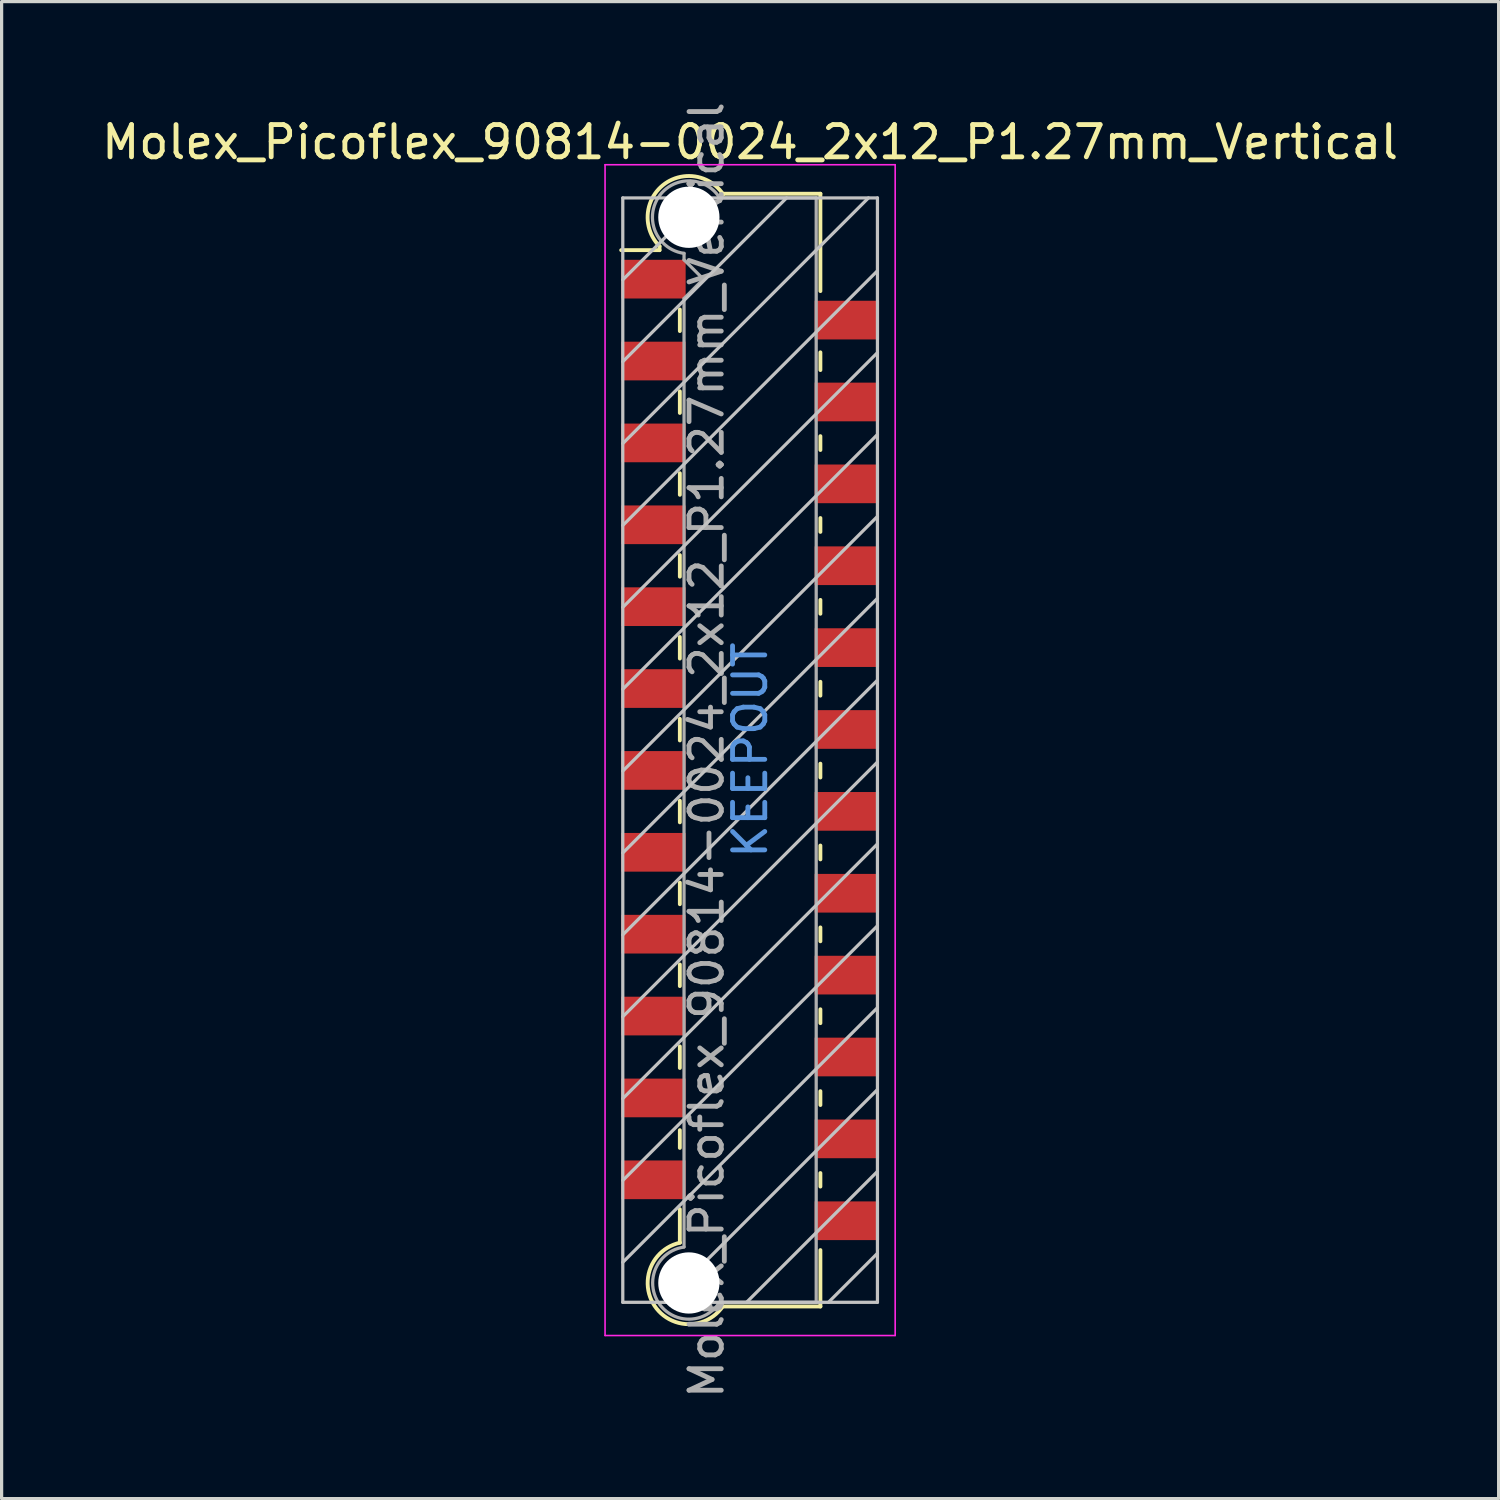
<source format=kicad_pcb>
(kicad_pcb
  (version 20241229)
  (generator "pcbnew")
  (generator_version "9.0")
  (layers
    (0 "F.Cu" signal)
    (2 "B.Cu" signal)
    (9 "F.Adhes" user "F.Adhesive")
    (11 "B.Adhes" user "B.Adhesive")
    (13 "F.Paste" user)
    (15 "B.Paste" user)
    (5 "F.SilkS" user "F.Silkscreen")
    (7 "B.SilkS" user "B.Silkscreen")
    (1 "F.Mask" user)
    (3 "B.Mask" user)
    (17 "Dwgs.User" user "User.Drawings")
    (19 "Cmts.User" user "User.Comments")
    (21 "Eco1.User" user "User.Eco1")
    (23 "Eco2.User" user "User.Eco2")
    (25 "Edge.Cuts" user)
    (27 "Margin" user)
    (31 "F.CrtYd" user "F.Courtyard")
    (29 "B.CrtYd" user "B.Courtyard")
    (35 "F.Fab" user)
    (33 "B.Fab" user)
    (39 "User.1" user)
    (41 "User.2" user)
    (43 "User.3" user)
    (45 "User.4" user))
  (footprint "Molex_Picoflex_90814-0024_2x12_P1.27mm_Vertical"
    (layer "F.Cu")
    (at 20.22 20.22)
    (property "Reference" "Molex_Picoflex_90814-0024_2x12_P1.27mm_Vertical" (at 0 -18.86 0) (layer "F.SilkS") (effects (font (size 1 1) (thickness 0.15))))
    (attr smd)
    (fp_line (start -2.81 -15.63) (end -2.81 -15.51) (stroke (width 0.12) (type solid)) (layer "F.SilkS"))
    (fp_line (start -2.81 -15.51) (end -4 -15.51) (stroke (width 0.12) (type solid)) (layer "F.SilkS"))
    (fp_line (start -2.18 -13) (end -2.18 -13.67) (stroke (width 0.12) (type solid)) (layer "F.SilkS"))
    (fp_line (start -2.18 -10.46) (end -2.18 -11.13) (stroke (width 0.12) (type solid)) (layer "F.SilkS"))
    (fp_line (start -2.18 -7.92) (end -2.18 -8.59) (stroke (width 0.12) (type solid)) (layer "F.SilkS"))
    (fp_line (start -2.18 -5.38) (end -2.18 -6.05) (stroke (width 0.12) (type solid)) (layer "F.SilkS"))
    (fp_line (start -2.18 -2.84) (end -2.18 -3.51) (stroke (width 0.12) (type solid)) (layer "F.SilkS"))
    (fp_line (start -2.18 -0.3) (end -2.18 -0.97) (stroke (width 0.12) (type solid)) (layer "F.SilkS"))
    (fp_line (start -2.18 2.24) (end -2.18 1.57) (stroke (width 0.12) (type solid)) (layer "F.SilkS"))
    (fp_line (start -2.18 4.78) (end -2.18 4.11) (stroke (width 0.12) (type solid)) (layer "F.SilkS"))
    (fp_line (start -2.18 7.32) (end -2.18 6.65) (stroke (width 0.12) (type solid)) (layer "F.SilkS"))
    (fp_line (start -2.18 9.86) (end -2.18 9.19) (stroke (width 0.12) (type solid)) (layer "F.SilkS"))
    (fp_line (start -2.18 12.34) (end -2.18 11.79) (stroke (width 0.12) (type solid)) (layer "F.SilkS"))
    (fp_line (start -2.18 15.28) (end -2.18 14.24) (stroke (width 0.12) (type solid)) (layer "F.SilkS"))
    (fp_line (start 2.18 -17.26) (end -0.82 -17.26) (stroke (width 0.12) (type solid)) (layer "F.SilkS"))
    (fp_line (start 2.18 -17.26) (end 2.18 -14.24) (stroke (width 0.12) (type solid)) (layer "F.SilkS"))
    (fp_line (start 2.18 -12.34) (end 2.18 -11.79) (stroke (width 0.12) (type solid)) (layer "F.SilkS"))
    (fp_line (start 2.18 -9.74) (end 2.18 -9.31) (stroke (width 0.12) (type solid)) (layer "F.SilkS"))
    (fp_line (start 2.18 -7.2) (end 2.18 -6.77) (stroke (width 0.12) (type solid)) (layer "F.SilkS"))
    (fp_line (start 2.18 -4.66) (end 2.18 -4.23) (stroke (width 0.12) (type solid)) (layer "F.SilkS"))
    (fp_line (start 2.18 -2.12) (end 2.18 -1.69) (stroke (width 0.12) (type solid)) (layer "F.SilkS"))
    (fp_line (start 2.18 0.42) (end 2.18 0.85) (stroke (width 0.12) (type solid)) (layer "F.SilkS"))
    (fp_line (start 2.18 2.96) (end 2.18 3.39) (stroke (width 0.12) (type solid)) (layer "F.SilkS"))
    (fp_line (start 2.18 5.5) (end 2.18 5.93) (stroke (width 0.12) (type solid)) (layer "F.SilkS"))
    (fp_line (start 2.18 8.04) (end 2.18 8.47) (stroke (width 0.12) (type solid)) (layer "F.SilkS"))
    (fp_line (start 2.18 10.58) (end 2.18 11.01) (stroke (width 0.12) (type solid)) (layer "F.SilkS"))
    (fp_line (start 2.18 13.12) (end 2.18 13.54) (stroke (width 0.12) (type solid)) (layer "F.SilkS"))
    (fp_line (start 2.18 15.51) (end 2.18 17.26) (stroke (width 0.12) (type solid)) (layer "F.SilkS"))
    (fp_line (start 2.18 17.26) (end -0.85 17.26) (stroke (width 0.12) (type solid)) (layer "F.SilkS"))
    (fp_arc (start -2.81 -15.63) (mid -2.708637 -17.522072) (end -0.834991 -17.239828) (stroke (width 0.12) (type solid)) (layer "F.SilkS"))
    (fp_arc (start -0.85 17.26) (mid -2.962791 17.241248) (end -2.174424 15.280964) (stroke (width 0.12) (type solid)) (layer "F.SilkS"))
    (fp_line (start -3.95 -17.13) (end -3.95 17.13) (stroke (width 0.1) (type solid)) (layer "Dwgs.User"))
    (fp_line (start -3.95 -14.59) (end -1.41 -17.13) (stroke (width 0.1) (type solid)) (layer "Dwgs.User"))
    (fp_line (start -3.95 -12.05) (end 1.13 -17.13) (stroke (width 0.1) (type solid)) (layer "Dwgs.User"))
    (fp_line (start -3.95 -9.51) (end 3.67 -17.13) (stroke (width 0.1) (type solid)) (layer "Dwgs.User"))
    (fp_line (start -3.95 -6.97) (end 3.95 -14.87) (stroke (width 0.1) (type solid)) (layer "Dwgs.User"))
    (fp_line (start -3.95 -4.43) (end 3.95 -12.33) (stroke (width 0.1) (type solid)) (layer "Dwgs.User"))
    (fp_line (start -3.95 -1.89) (end 3.95 -9.79) (stroke (width 0.1) (type solid)) (layer "Dwgs.User"))
    (fp_line (start -3.95 0.65) (end 3.95 -7.25) (stroke (width 0.1) (type solid)) (layer "Dwgs.User"))
    (fp_line (start -3.95 3.19) (end 3.95 -4.71) (stroke (width 0.1) (type solid)) (layer "Dwgs.User"))
    (fp_line (start -3.95 5.73) (end 3.95 -2.17) (stroke (width 0.1) (type solid)) (layer "Dwgs.User"))
    (fp_line (start -3.95 8.27) (end 3.95 0.37) (stroke (width 0.1) (type solid)) (layer "Dwgs.User"))
    (fp_line (start -3.95 10.81) (end 3.95 2.91) (stroke (width 0.1) (type solid)) (layer "Dwgs.User"))
    (fp_line (start -3.95 13.35) (end 3.95 5.45) (stroke (width 0.1) (type solid)) (layer "Dwgs.User"))
    (fp_line (start -3.95 15.89) (end 3.95 7.99) (stroke (width 0.1) (type solid)) (layer "Dwgs.User"))
    (fp_line (start -3.95 17.13) (end 3.95 17.13) (stroke (width 0.1) (type solid)) (layer "Dwgs.User"))
    (fp_line (start -2.65 17.13) (end 3.95 10.53) (stroke (width 0.1) (type solid)) (layer "Dwgs.User"))
    (fp_line (start -0.11 17.13) (end 3.95 13.07) (stroke (width 0.1) (type solid)) (layer "Dwgs.User"))
    (fp_line (start 2.43 17.13) (end 3.95 15.61) (stroke (width 0.1) (type solid)) (layer "Dwgs.User"))
    (fp_line (start 3.95 -17.13) (end -3.95 -17.13) (stroke (width 0.1) (type solid)) (layer "Dwgs.User"))
    (fp_line (start 3.95 17.13) (end 3.95 -17.13) (stroke (width 0.1) (type solid)) (layer "Dwgs.User"))
    (fp_line (start -4.5 -18.16) (end -4.5 18.16) (stroke (width 0.05) (type solid)) (layer "F.CrtYd"))
    (fp_line (start -4.5 18.16) (end 4.5 18.16) (stroke (width 0.05) (type solid)) (layer "F.CrtYd"))
    (fp_line (start 4.5 -18.16) (end -4.5 -18.16) (stroke (width 0.05) (type solid)) (layer "F.CrtYd"))
    (fp_line (start 4.5 18.16) (end 4.5 -18.16) (stroke (width 0.05) (type solid)) (layer "F.CrtYd"))
    (fp_line (start -2.05 -15.21) (end -2.05 -15.41) (stroke (width 0.1) (type solid)) (layer "F.Fab"))
    (fp_line (start -2.05 -14.01) (end -1.45 -14.61) (stroke (width 0.1) (type solid)) (layer "F.Fab"))
    (fp_line (start -2.05 15.41) (end -2.05 -14.01) (stroke (width 0.1) (type solid)) (layer "F.Fab"))
    (fp_line (start -1.45 -14.61) (end -2.05 -15.21) (stroke (width 0.1) (type solid)) (layer "F.Fab"))
    (fp_line (start 2.05 -17.13) (end -0.93 -17.13) (stroke (width 0.1) (type solid)) (layer "F.Fab"))
    (fp_line (start 2.05 -17.13) (end 2.05 17.13) (stroke (width 0.1) (type solid)) (layer "F.Fab"))
    (fp_line (start 2.05 17.13) (end -0.95 17.13) (stroke (width 0.1) (type solid)) (layer "F.Fab"))
    (fp_arc (start -2.05 -15.41) (mid -2.851672 -17.139279) (end -0.945612 -17.135015) (stroke (width 0.1) (type solid)) (layer "F.Fab"))
    (fp_arc (start -0.95 17.13) (mid -2.845272 17.137422) (end -2.051022 15.416585) (stroke (width 0.1) (type solid)) (layer "F.Fab"))
    (fp_text user "KEEPOUT" (at 0 0 90) (layer "Cmts.User") (effects (font (size 1 1) (thickness 0.15))))
    (fp_text user "${REFERENCE}" (at -1.35 0 90) (layer "F.Fab") (effects (font (size 1 1) (thickness 0.15))))
    (pad "" np_thru_hole circle (at -1.9 -16.53) (size 1.9 1.9) (drill 1.9) (layers "*.Cu" "*.Mask"))
    (pad "" np_thru_hole circle (at -1.9 16.53) (size 1.9 1.9) (drill 1.9) (layers "*.Cu" "*.Mask"))
    (pad "1" smd rect (at -3 -14.61) (size 2 1.2) (layers "F.Cu" "F.Mask" "F.Paste"))
    (pad "2" smd rect (at 3 -13.34) (size 2 1.2) (layers "F.Cu" "F.Mask" "F.Paste"))
    (pad "3" smd rect (at -3 -12.07) (size 2 1.2) (layers "F.Cu" "F.Mask" "F.Paste"))
    (pad "4" smd rect (at 3 -10.8) (size 2 1.2) (layers "F.Cu" "F.Mask" "F.Paste"))
    (pad "5" smd rect (at -3 -9.53) (size 2 1.2) (layers "F.Cu" "F.Mask" "F.Paste"))
    (pad "6" smd rect (at 3 -8.26) (size 2 1.2) (layers "F.Cu" "F.Mask" "F.Paste"))
    (pad "7" smd rect (at -3 -6.99) (size 2 1.2) (layers "F.Cu" "F.Mask" "F.Paste"))
    (pad "8" smd rect (at 3 -5.72) (size 2 1.2) (layers "F.Cu" "F.Mask" "F.Paste"))
    (pad "9" smd rect (at -3 -4.45) (size 2 1.2) (layers "F.Cu" "F.Mask" "F.Paste"))
    (pad "10" smd rect (at 3 -3.18) (size 2 1.2) (layers "F.Cu" "F.Mask" "F.Paste"))
    (pad "11" smd rect (at -3 -1.91) (size 2 1.2) (layers "F.Cu" "F.Mask" "F.Paste"))
    (pad "12" smd rect (at 3 -0.64) (size 2 1.2) (layers "F.Cu" "F.Mask" "F.Paste"))
    (pad "13" smd rect (at -3 0.63) (size 2 1.2) (layers "F.Cu" "F.Mask" "F.Paste"))
    (pad "14" smd rect (at 3 1.9) (size 2 1.2) (layers "F.Cu" "F.Mask" "F.Paste"))
    (pad "15" smd rect (at -3 3.17) (size 2 1.2) (layers "F.Cu" "F.Mask" "F.Paste"))
    (pad "16" smd rect (at 3 4.44) (size 2 1.2) (layers "F.Cu" "F.Mask" "F.Paste"))
    (pad "17" smd rect (at -3 5.71) (size 2 1.2) (layers "F.Cu" "F.Mask" "F.Paste"))
    (pad "18" smd rect (at 3 6.98) (size 2 1.2) (layers "F.Cu" "F.Mask" "F.Paste"))
    (pad "19" smd rect (at -3 8.25) (size 2 1.2) (layers "F.Cu" "F.Mask" "F.Paste"))
    (pad "20" smd rect (at 3 9.52) (size 2 1.2) (layers "F.Cu" "F.Mask" "F.Paste"))
    (pad "21" smd rect (at -3 10.79) (size 2 1.2) (layers "F.Cu" "F.Mask" "F.Paste"))
    (pad "22" smd rect (at 3 12.06) (size 2 1.2) (layers "F.Cu" "F.Mask" "F.Paste"))
    (pad "23" smd rect (at -3 13.33) (size 2 1.2) (layers "F.Cu" "F.Mask" "F.Paste"))
    (pad "24" smd rect (at 3 14.6) (size 2 1.2) (layers "F.Cu" "F.Mask" "F.Paste")))
  (gr_rect
    (start -3 -3)
    (end 43.44 43.44)
    (stroke (width 0.1) (type default))
    (fill no)
    (layer "Edge.Cuts")))
</source>
